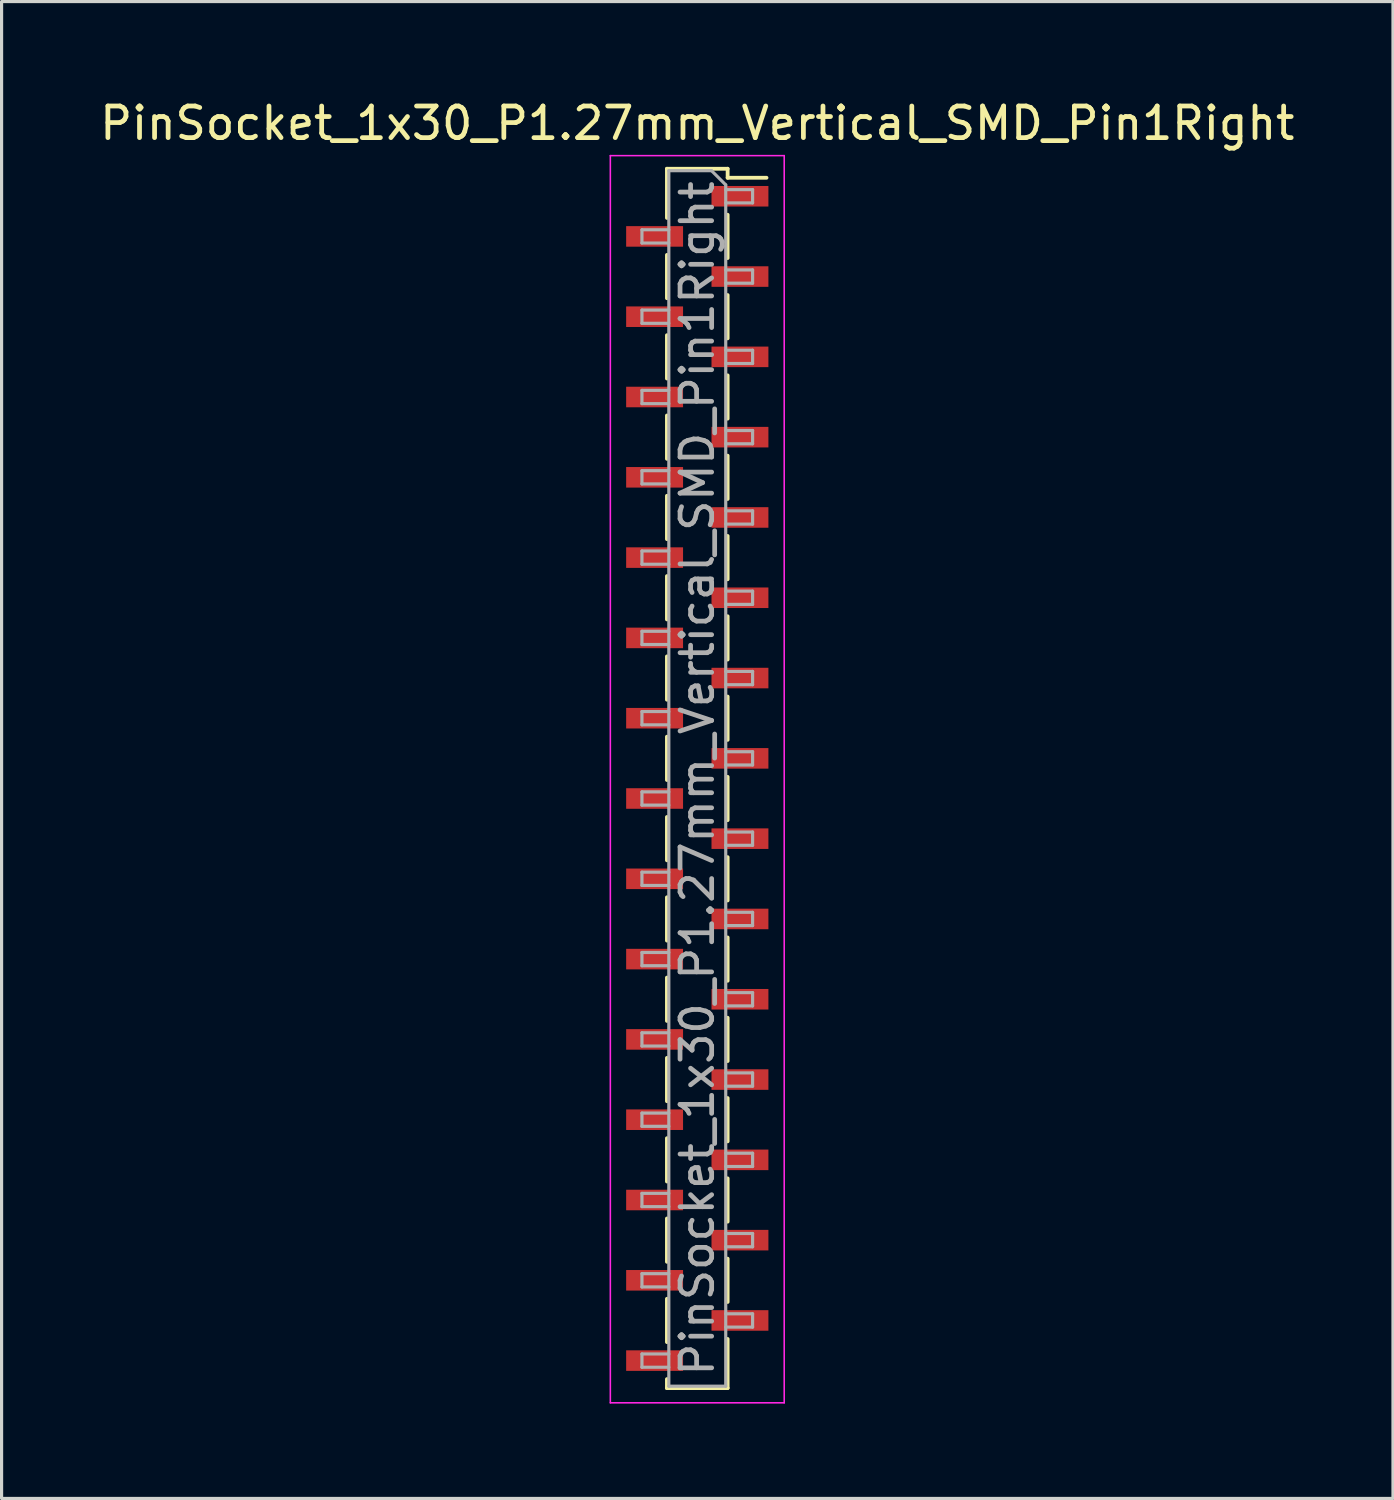
<source format=kicad_pcb>
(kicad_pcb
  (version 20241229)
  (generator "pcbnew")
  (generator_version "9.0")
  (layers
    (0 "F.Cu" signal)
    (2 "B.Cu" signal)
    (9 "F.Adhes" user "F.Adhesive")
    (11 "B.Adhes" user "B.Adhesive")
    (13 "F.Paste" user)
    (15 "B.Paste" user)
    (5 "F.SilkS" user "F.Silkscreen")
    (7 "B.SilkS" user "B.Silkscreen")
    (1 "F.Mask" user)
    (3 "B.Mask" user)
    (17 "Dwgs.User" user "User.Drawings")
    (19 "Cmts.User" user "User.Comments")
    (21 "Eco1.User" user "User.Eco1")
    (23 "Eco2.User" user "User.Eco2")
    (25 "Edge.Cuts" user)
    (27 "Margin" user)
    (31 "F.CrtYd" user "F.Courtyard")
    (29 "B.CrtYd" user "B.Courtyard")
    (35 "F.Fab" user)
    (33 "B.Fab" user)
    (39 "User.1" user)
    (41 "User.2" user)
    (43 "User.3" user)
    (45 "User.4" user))
  (footprint "PinSocket_1x30_P1.27mm_Vertical_SMD_Pin1Right"
    (layer "F.Cu")
    (at 19.006 21.573)
    (property "Reference" "PinSocket_1x30_P1.27mm_Vertical_SMD_Pin1Right" (at 0 -20.725 0) (layer "F.SilkS") (effects (font (size 1 1) (thickness 0.15))))
    (attr smd)
    (fp_line (start -0.96 -19.285) (end -0.96 -17.73) (stroke (width 0.12) (type solid)) (layer "F.SilkS"))
    (fp_line (start -0.96 -19.285) (end 0.96 -19.285) (stroke (width 0.12) (type solid)) (layer "F.SilkS"))
    (fp_line (start -0.96 -16.56) (end -0.96 -15.19) (stroke (width 0.12) (type solid)) (layer "F.SilkS"))
    (fp_line (start -0.96 -14.02) (end -0.96 -12.65) (stroke (width 0.12) (type solid)) (layer "F.SilkS"))
    (fp_line (start -0.96 -11.48) (end -0.96 -10.11) (stroke (width 0.12) (type solid)) (layer "F.SilkS"))
    (fp_line (start -0.96 -8.94) (end -0.96 -7.57) (stroke (width 0.12) (type solid)) (layer "F.SilkS"))
    (fp_line (start -0.96 -6.4) (end -0.96 -5.03) (stroke (width 0.12) (type solid)) (layer "F.SilkS"))
    (fp_line (start -0.96 -3.86) (end -0.96 -2.49) (stroke (width 0.12) (type solid)) (layer "F.SilkS"))
    (fp_line (start -0.96 -1.32) (end -0.96 0.05) (stroke (width 0.12) (type solid)) (layer "F.SilkS"))
    (fp_line (start -0.96 1.22) (end -0.96 2.59) (stroke (width 0.12) (type solid)) (layer "F.SilkS"))
    (fp_line (start -0.96 3.76) (end -0.96 5.13) (stroke (width 0.12) (type solid)) (layer "F.SilkS"))
    (fp_line (start -0.96 6.3) (end -0.96 7.67) (stroke (width 0.12) (type solid)) (layer "F.SilkS"))
    (fp_line (start -0.96 8.84) (end -0.96 10.21) (stroke (width 0.12) (type solid)) (layer "F.SilkS"))
    (fp_line (start -0.96 11.38) (end -0.96 12.75) (stroke (width 0.12) (type solid)) (layer "F.SilkS"))
    (fp_line (start -0.96 13.92) (end -0.96 15.29) (stroke (width 0.12) (type solid)) (layer "F.SilkS"))
    (fp_line (start -0.96 16.46) (end -0.96 17.83) (stroke (width 0.12) (type solid)) (layer "F.SilkS"))
    (fp_line (start -0.96 19) (end -0.96 19.285) (stroke (width 0.12) (type solid)) (layer "F.SilkS"))
    (fp_line (start -0.96 19.285) (end 0.96 19.285) (stroke (width 0.12) (type solid)) (layer "F.SilkS"))
    (fp_line (start 0.96 -19.285) (end 0.96 -19) (stroke (width 0.12) (type solid)) (layer "F.SilkS"))
    (fp_line (start 0.96 -19) (end 2.19 -19) (stroke (width 0.12) (type solid)) (layer "F.SilkS"))
    (fp_line (start 0.96 -17.83) (end 0.96 -16.46) (stroke (width 0.12) (type solid)) (layer "F.SilkS"))
    (fp_line (start 0.96 -15.29) (end 0.96 -13.92) (stroke (width 0.12) (type solid)) (layer "F.SilkS"))
    (fp_line (start 0.96 -12.75) (end 0.96 -11.38) (stroke (width 0.12) (type solid)) (layer "F.SilkS"))
    (fp_line (start 0.96 -10.21) (end 0.96 -8.84) (stroke (width 0.12) (type solid)) (layer "F.SilkS"))
    (fp_line (start 0.96 -7.67) (end 0.96 -6.3) (stroke (width 0.12) (type solid)) (layer "F.SilkS"))
    (fp_line (start 0.96 -5.13) (end 0.96 -3.76) (stroke (width 0.12) (type solid)) (layer "F.SilkS"))
    (fp_line (start 0.96 -2.59) (end 0.96 -1.22) (stroke (width 0.12) (type solid)) (layer "F.SilkS"))
    (fp_line (start 0.96 -0.05) (end 0.96 1.32) (stroke (width 0.12) (type solid)) (layer "F.SilkS"))
    (fp_line (start 0.96 2.49) (end 0.96 3.86) (stroke (width 0.12) (type solid)) (layer "F.SilkS"))
    (fp_line (start 0.96 5.03) (end 0.96 6.4) (stroke (width 0.12) (type solid)) (layer "F.SilkS"))
    (fp_line (start 0.96 7.57) (end 0.96 8.94) (stroke (width 0.12) (type solid)) (layer "F.SilkS"))
    (fp_line (start 0.96 10.11) (end 0.96 11.48) (stroke (width 0.12) (type solid)) (layer "F.SilkS"))
    (fp_line (start 0.96 12.65) (end 0.96 14.02) (stroke (width 0.12) (type solid)) (layer "F.SilkS"))
    (fp_line (start 0.96 15.19) (end 0.96 16.56) (stroke (width 0.12) (type solid)) (layer "F.SilkS"))
    (fp_line (start 0.96 17.73) (end 0.96 19.285) (stroke (width 0.12) (type solid)) (layer "F.SilkS"))
    (fp_line (start -2.75 -19.7) (end 2.75 -19.7) (stroke (width 0.05) (type solid)) (layer "F.CrtYd"))
    (fp_line (start -2.75 19.75) (end -2.75 -19.7) (stroke (width 0.05) (type solid)) (layer "F.CrtYd"))
    (fp_line (start 2.75 -19.7) (end 2.75 19.75) (stroke (width 0.05) (type solid)) (layer "F.CrtYd"))
    (fp_line (start 2.75 19.75) (end -2.75 19.75) (stroke (width 0.05) (type solid)) (layer "F.CrtYd"))
    (fp_line (start -1.75 -17.355) (end -0.9 -17.355) (stroke (width 0.1) (type solid)) (layer "F.Fab"))
    (fp_line (start -1.75 -16.935) (end -1.75 -17.355) (stroke (width 0.1) (type solid)) (layer "F.Fab"))
    (fp_line (start -1.75 -14.815) (end -0.9 -14.815) (stroke (width 0.1) (type solid)) (layer "F.Fab"))
    (fp_line (start -1.75 -14.395) (end -1.75 -14.815) (stroke (width 0.1) (type solid)) (layer "F.Fab"))
    (fp_line (start -1.75 -12.275) (end -0.9 -12.275) (stroke (width 0.1) (type solid)) (layer "F.Fab"))
    (fp_line (start -1.75 -11.855) (end -1.75 -12.275) (stroke (width 0.1) (type solid)) (layer "F.Fab"))
    (fp_line (start -1.75 -9.735) (end -0.9 -9.735) (stroke (width 0.1) (type solid)) (layer "F.Fab"))
    (fp_line (start -1.75 -9.315) (end -1.75 -9.735) (stroke (width 0.1) (type solid)) (layer "F.Fab"))
    (fp_line (start -1.75 -7.195) (end -0.9 -7.195) (stroke (width 0.1) (type solid)) (layer "F.Fab"))
    (fp_line (start -1.75 -6.775) (end -1.75 -7.195) (stroke (width 0.1) (type solid)) (layer "F.Fab"))
    (fp_line (start -1.75 -4.655) (end -0.9 -4.655) (stroke (width 0.1) (type solid)) (layer "F.Fab"))
    (fp_line (start -1.75 -4.235) (end -1.75 -4.655) (stroke (width 0.1) (type solid)) (layer "F.Fab"))
    (fp_line (start -1.75 -2.115) (end -0.9 -2.115) (stroke (width 0.1) (type solid)) (layer "F.Fab"))
    (fp_line (start -1.75 -1.695) (end -1.75 -2.115) (stroke (width 0.1) (type solid)) (layer "F.Fab"))
    (fp_line (start -1.75 0.425) (end -0.9 0.425) (stroke (width 0.1) (type solid)) (layer "F.Fab"))
    (fp_line (start -1.75 0.845) (end -1.75 0.425) (stroke (width 0.1) (type solid)) (layer "F.Fab"))
    (fp_line (start -1.75 2.965) (end -0.9 2.965) (stroke (width 0.1) (type solid)) (layer "F.Fab"))
    (fp_line (start -1.75 3.385) (end -1.75 2.965) (stroke (width 0.1) (type solid)) (layer "F.Fab"))
    (fp_line (start -1.75 5.505) (end -0.9 5.505) (stroke (width 0.1) (type solid)) (layer "F.Fab"))
    (fp_line (start -1.75 5.925) (end -1.75 5.505) (stroke (width 0.1) (type solid)) (layer "F.Fab"))
    (fp_line (start -1.75 8.045) (end -0.9 8.045) (stroke (width 0.1) (type solid)) (layer "F.Fab"))
    (fp_line (start -1.75 8.465) (end -1.75 8.045) (stroke (width 0.1) (type solid)) (layer "F.Fab"))
    (fp_line (start -1.75 10.585) (end -0.9 10.585) (stroke (width 0.1) (type solid)) (layer "F.Fab"))
    (fp_line (start -1.75 11.005) (end -1.75 10.585) (stroke (width 0.1) (type solid)) (layer "F.Fab"))
    (fp_line (start -1.75 13.125) (end -0.9 13.125) (stroke (width 0.1) (type solid)) (layer "F.Fab"))
    (fp_line (start -1.75 13.545) (end -1.75 13.125) (stroke (width 0.1) (type solid)) (layer "F.Fab"))
    (fp_line (start -1.75 15.665) (end -0.9 15.665) (stroke (width 0.1) (type solid)) (layer "F.Fab"))
    (fp_line (start -1.75 16.085) (end -1.75 15.665) (stroke (width 0.1) (type solid)) (layer "F.Fab"))
    (fp_line (start -1.75 18.205) (end -0.9 18.205) (stroke (width 0.1) (type solid)) (layer "F.Fab"))
    (fp_line (start -1.75 18.625) (end -1.75 18.205) (stroke (width 0.1) (type solid)) (layer "F.Fab"))
    (fp_line (start -0.9 -19.225) (end 0.45 -19.225) (stroke (width 0.1) (type solid)) (layer "F.Fab"))
    (fp_line (start -0.9 -16.935) (end -1.75 -16.935) (stroke (width 0.1) (type solid)) (layer "F.Fab"))
    (fp_line (start -0.9 -14.395) (end -1.75 -14.395) (stroke (width 0.1) (type solid)) (layer "F.Fab"))
    (fp_line (start -0.9 -11.855) (end -1.75 -11.855) (stroke (width 0.1) (type solid)) (layer "F.Fab"))
    (fp_line (start -0.9 -9.315) (end -1.75 -9.315) (stroke (width 0.1) (type solid)) (layer "F.Fab"))
    (fp_line (start -0.9 -6.775) (end -1.75 -6.775) (stroke (width 0.1) (type solid)) (layer "F.Fab"))
    (fp_line (start -0.9 -4.235) (end -1.75 -4.235) (stroke (width 0.1) (type solid)) (layer "F.Fab"))
    (fp_line (start -0.9 -1.695) (end -1.75 -1.695) (stroke (width 0.1) (type solid)) (layer "F.Fab"))
    (fp_line (start -0.9 0.845) (end -1.75 0.845) (stroke (width 0.1) (type solid)) (layer "F.Fab"))
    (fp_line (start -0.9 3.385) (end -1.75 3.385) (stroke (width 0.1) (type solid)) (layer "F.Fab"))
    (fp_line (start -0.9 5.925) (end -1.75 5.925) (stroke (width 0.1) (type solid)) (layer "F.Fab"))
    (fp_line (start -0.9 8.465) (end -1.75 8.465) (stroke (width 0.1) (type solid)) (layer "F.Fab"))
    (fp_line (start -0.9 11.005) (end -1.75 11.005) (stroke (width 0.1) (type solid)) (layer "F.Fab"))
    (fp_line (start -0.9 13.545) (end -1.75 13.545) (stroke (width 0.1) (type solid)) (layer "F.Fab"))
    (fp_line (start -0.9 16.085) (end -1.75 16.085) (stroke (width 0.1) (type solid)) (layer "F.Fab"))
    (fp_line (start -0.9 18.625) (end -1.75 18.625) (stroke (width 0.1) (type solid)) (layer "F.Fab"))
    (fp_line (start -0.9 19.225) (end -0.9 -19.225) (stroke (width 0.1) (type solid)) (layer "F.Fab"))
    (fp_line (start 0.45 -19.225) (end 0.9 -18.775) (stroke (width 0.1) (type solid)) (layer "F.Fab"))
    (fp_line (start 0.9 -18.775) (end 0.9 19.225) (stroke (width 0.1) (type solid)) (layer "F.Fab"))
    (fp_line (start 0.9 -18.625) (end 1.75 -18.625) (stroke (width 0.1) (type solid)) (layer "F.Fab"))
    (fp_line (start 0.9 -16.085) (end 1.75 -16.085) (stroke (width 0.1) (type solid)) (layer "F.Fab"))
    (fp_line (start 0.9 -13.545) (end 1.75 -13.545) (stroke (width 0.1) (type solid)) (layer "F.Fab"))
    (fp_line (start 0.9 -11.005) (end 1.75 -11.005) (stroke (width 0.1) (type solid)) (layer "F.Fab"))
    (fp_line (start 0.9 -8.465) (end 1.75 -8.465) (stroke (width 0.1) (type solid)) (layer "F.Fab"))
    (fp_line (start 0.9 -5.925) (end 1.75 -5.925) (stroke (width 0.1) (type solid)) (layer "F.Fab"))
    (fp_line (start 0.9 -3.385) (end 1.75 -3.385) (stroke (width 0.1) (type solid)) (layer "F.Fab"))
    (fp_line (start 0.9 -0.845) (end 1.75 -0.845) (stroke (width 0.1) (type solid)) (layer "F.Fab"))
    (fp_line (start 0.9 1.695) (end 1.75 1.695) (stroke (width 0.1) (type solid)) (layer "F.Fab"))
    (fp_line (start 0.9 4.235) (end 1.75 4.235) (stroke (width 0.1) (type solid)) (layer "F.Fab"))
    (fp_line (start 0.9 6.775) (end 1.75 6.775) (stroke (width 0.1) (type solid)) (layer "F.Fab"))
    (fp_line (start 0.9 9.315) (end 1.75 9.315) (stroke (width 0.1) (type solid)) (layer "F.Fab"))
    (fp_line (start 0.9 11.855) (end 1.75 11.855) (stroke (width 0.1) (type solid)) (layer "F.Fab"))
    (fp_line (start 0.9 14.395) (end 1.75 14.395) (stroke (width 0.1) (type solid)) (layer "F.Fab"))
    (fp_line (start 0.9 16.935) (end 1.75 16.935) (stroke (width 0.1) (type solid)) (layer "F.Fab"))
    (fp_line (start 0.9 19.225) (end -0.9 19.225) (stroke (width 0.1) (type solid)) (layer "F.Fab"))
    (fp_line (start 1.75 -18.625) (end 1.75 -18.205) (stroke (width 0.1) (type solid)) (layer "F.Fab"))
    (fp_line (start 1.75 -18.205) (end 0.9 -18.205) (stroke (width 0.1) (type solid)) (layer "F.Fab"))
    (fp_line (start 1.75 -16.085) (end 1.75 -15.665) (stroke (width 0.1) (type solid)) (layer "F.Fab"))
    (fp_line (start 1.75 -15.665) (end 0.9 -15.665) (stroke (width 0.1) (type solid)) (layer "F.Fab"))
    (fp_line (start 1.75 -13.545) (end 1.75 -13.125) (stroke (width 0.1) (type solid)) (layer "F.Fab"))
    (fp_line (start 1.75 -13.125) (end 0.9 -13.125) (stroke (width 0.1) (type solid)) (layer "F.Fab"))
    (fp_line (start 1.75 -11.005) (end 1.75 -10.585) (stroke (width 0.1) (type solid)) (layer "F.Fab"))
    (fp_line (start 1.75 -10.585) (end 0.9 -10.585) (stroke (width 0.1) (type solid)) (layer "F.Fab"))
    (fp_line (start 1.75 -8.465) (end 1.75 -8.045) (stroke (width 0.1) (type solid)) (layer "F.Fab"))
    (fp_line (start 1.75 -8.045) (end 0.9 -8.045) (stroke (width 0.1) (type solid)) (layer "F.Fab"))
    (fp_line (start 1.75 -5.925) (end 1.75 -5.505) (stroke (width 0.1) (type solid)) (layer "F.Fab"))
    (fp_line (start 1.75 -5.505) (end 0.9 -5.505) (stroke (width 0.1) (type solid)) (layer "F.Fab"))
    (fp_line (start 1.75 -3.385) (end 1.75 -2.965) (stroke (width 0.1) (type solid)) (layer "F.Fab"))
    (fp_line (start 1.75 -2.965) (end 0.9 -2.965) (stroke (width 0.1) (type solid)) (layer "F.Fab"))
    (fp_line (start 1.75 -0.845) (end 1.75 -0.425) (stroke (width 0.1) (type solid)) (layer "F.Fab"))
    (fp_line (start 1.75 -0.425) (end 0.9 -0.425) (stroke (width 0.1) (type solid)) (layer "F.Fab"))
    (fp_line (start 1.75 1.695) (end 1.75 2.115) (stroke (width 0.1) (type solid)) (layer "F.Fab"))
    (fp_line (start 1.75 2.115) (end 0.9 2.115) (stroke (width 0.1) (type solid)) (layer "F.Fab"))
    (fp_line (start 1.75 4.235) (end 1.75 4.655) (stroke (width 0.1) (type solid)) (layer "F.Fab"))
    (fp_line (start 1.75 4.655) (end 0.9 4.655) (stroke (width 0.1) (type solid)) (layer "F.Fab"))
    (fp_line (start 1.75 6.775) (end 1.75 7.195) (stroke (width 0.1) (type solid)) (layer "F.Fab"))
    (fp_line (start 1.75 7.195) (end 0.9 7.195) (stroke (width 0.1) (type solid)) (layer "F.Fab"))
    (fp_line (start 1.75 9.315) (end 1.75 9.735) (stroke (width 0.1) (type solid)) (layer "F.Fab"))
    (fp_line (start 1.75 9.735) (end 0.9 9.735) (stroke (width 0.1) (type solid)) (layer "F.Fab"))
    (fp_line (start 1.75 11.855) (end 1.75 12.275) (stroke (width 0.1) (type solid)) (layer "F.Fab"))
    (fp_line (start 1.75 12.275) (end 0.9 12.275) (stroke (width 0.1) (type solid)) (layer "F.Fab"))
    (fp_line (start 1.75 14.395) (end 1.75 14.815) (stroke (width 0.1) (type solid)) (layer "F.Fab"))
    (fp_line (start 1.75 14.815) (end 0.9 14.815) (stroke (width 0.1) (type solid)) (layer "F.Fab"))
    (fp_line (start 1.75 16.935) (end 1.75 17.355) (stroke (width 0.1) (type solid)) (layer "F.Fab"))
    (fp_line (start 1.75 17.355) (end 0.9 17.355) (stroke (width 0.1) (type solid)) (layer "F.Fab"))
    (fp_text user "${REFERENCE}" (at 0 0 90) (layer "F.Fab") (effects (font (size 1 1) (thickness 0.15))))
    (pad "1" smd rect (at 1.35 -18.415) (size 1.8 0.65) (layers "F.Cu" "F.Mask" "F.Paste"))
    (pad "2" smd rect (at -1.35 -17.145) (size 1.8 0.65) (layers "F.Cu" "F.Mask" "F.Paste"))
    (pad "3" smd rect (at 1.35 -15.875) (size 1.8 0.65) (layers "F.Cu" "F.Mask" "F.Paste"))
    (pad "4" smd rect (at -1.35 -14.605) (size 1.8 0.65) (layers "F.Cu" "F.Mask" "F.Paste"))
    (pad "5" smd rect (at 1.35 -13.335) (size 1.8 0.65) (layers "F.Cu" "F.Mask" "F.Paste"))
    (pad "6" smd rect (at -1.35 -12.065) (size 1.8 0.65) (layers "F.Cu" "F.Mask" "F.Paste"))
    (pad "7" smd rect (at 1.35 -10.795) (size 1.8 0.65) (layers "F.Cu" "F.Mask" "F.Paste"))
    (pad "8" smd rect (at -1.35 -9.525) (size 1.8 0.65) (layers "F.Cu" "F.Mask" "F.Paste"))
    (pad "9" smd rect (at 1.35 -8.255) (size 1.8 0.65) (layers "F.Cu" "F.Mask" "F.Paste"))
    (pad "10" smd rect (at -1.35 -6.985) (size 1.8 0.65) (layers "F.Cu" "F.Mask" "F.Paste"))
    (pad "11" smd rect (at 1.35 -5.715) (size 1.8 0.65) (layers "F.Cu" "F.Mask" "F.Paste"))
    (pad "12" smd rect (at -1.35 -4.445) (size 1.8 0.65) (layers "F.Cu" "F.Mask" "F.Paste"))
    (pad "13" smd rect (at 1.35 -3.175) (size 1.8 0.65) (layers "F.Cu" "F.Mask" "F.Paste"))
    (pad "14" smd rect (at -1.35 -1.905) (size 1.8 0.65) (layers "F.Cu" "F.Mask" "F.Paste"))
    (pad "15" smd rect (at 1.35 -0.635) (size 1.8 0.65) (layers "F.Cu" "F.Mask" "F.Paste"))
    (pad "16" smd rect (at -1.35 0.635) (size 1.8 0.65) (layers "F.Cu" "F.Mask" "F.Paste"))
    (pad "17" smd rect (at 1.35 1.905) (size 1.8 0.65) (layers "F.Cu" "F.Mask" "F.Paste"))
    (pad "18" smd rect (at -1.35 3.175) (size 1.8 0.65) (layers "F.Cu" "F.Mask" "F.Paste"))
    (pad "19" smd rect (at 1.35 4.445) (size 1.8 0.65) (layers "F.Cu" "F.Mask" "F.Paste"))
    (pad "20" smd rect (at -1.35 5.715) (size 1.8 0.65) (layers "F.Cu" "F.Mask" "F.Paste"))
    (pad "21" smd rect (at 1.35 6.985) (size 1.8 0.65) (layers "F.Cu" "F.Mask" "F.Paste"))
    (pad "22" smd rect (at -1.35 8.255) (size 1.8 0.65) (layers "F.Cu" "F.Mask" "F.Paste"))
    (pad "23" smd rect (at 1.35 9.525) (size 1.8 0.65) (layers "F.Cu" "F.Mask" "F.Paste"))
    (pad "24" smd rect (at -1.35 10.795) (size 1.8 0.65) (layers "F.Cu" "F.Mask" "F.Paste"))
    (pad "25" smd rect (at 1.35 12.065) (size 1.8 0.65) (layers "F.Cu" "F.Mask" "F.Paste"))
    (pad "26" smd rect (at -1.35 13.335) (size 1.8 0.65) (layers "F.Cu" "F.Mask" "F.Paste"))
    (pad "27" smd rect (at 1.35 14.605) (size 1.8 0.65) (layers "F.Cu" "F.Mask" "F.Paste"))
    (pad "28" smd rect (at -1.35 15.875) (size 1.8 0.65) (layers "F.Cu" "F.Mask" "F.Paste"))
    (pad "29" smd rect (at 1.35 17.145) (size 1.8 0.65) (layers "F.Cu" "F.Mask" "F.Paste"))
    (pad "30" smd rect (at -1.35 18.415) (size 1.8 0.65) (layers "F.Cu" "F.Mask" "F.Paste")))
  (gr_rect
    (start -3 -3)
    (end 41.012 44.348)
    (stroke (width 0.1) (type default))
    (fill no)
    (layer "Edge.Cuts")))
</source>
